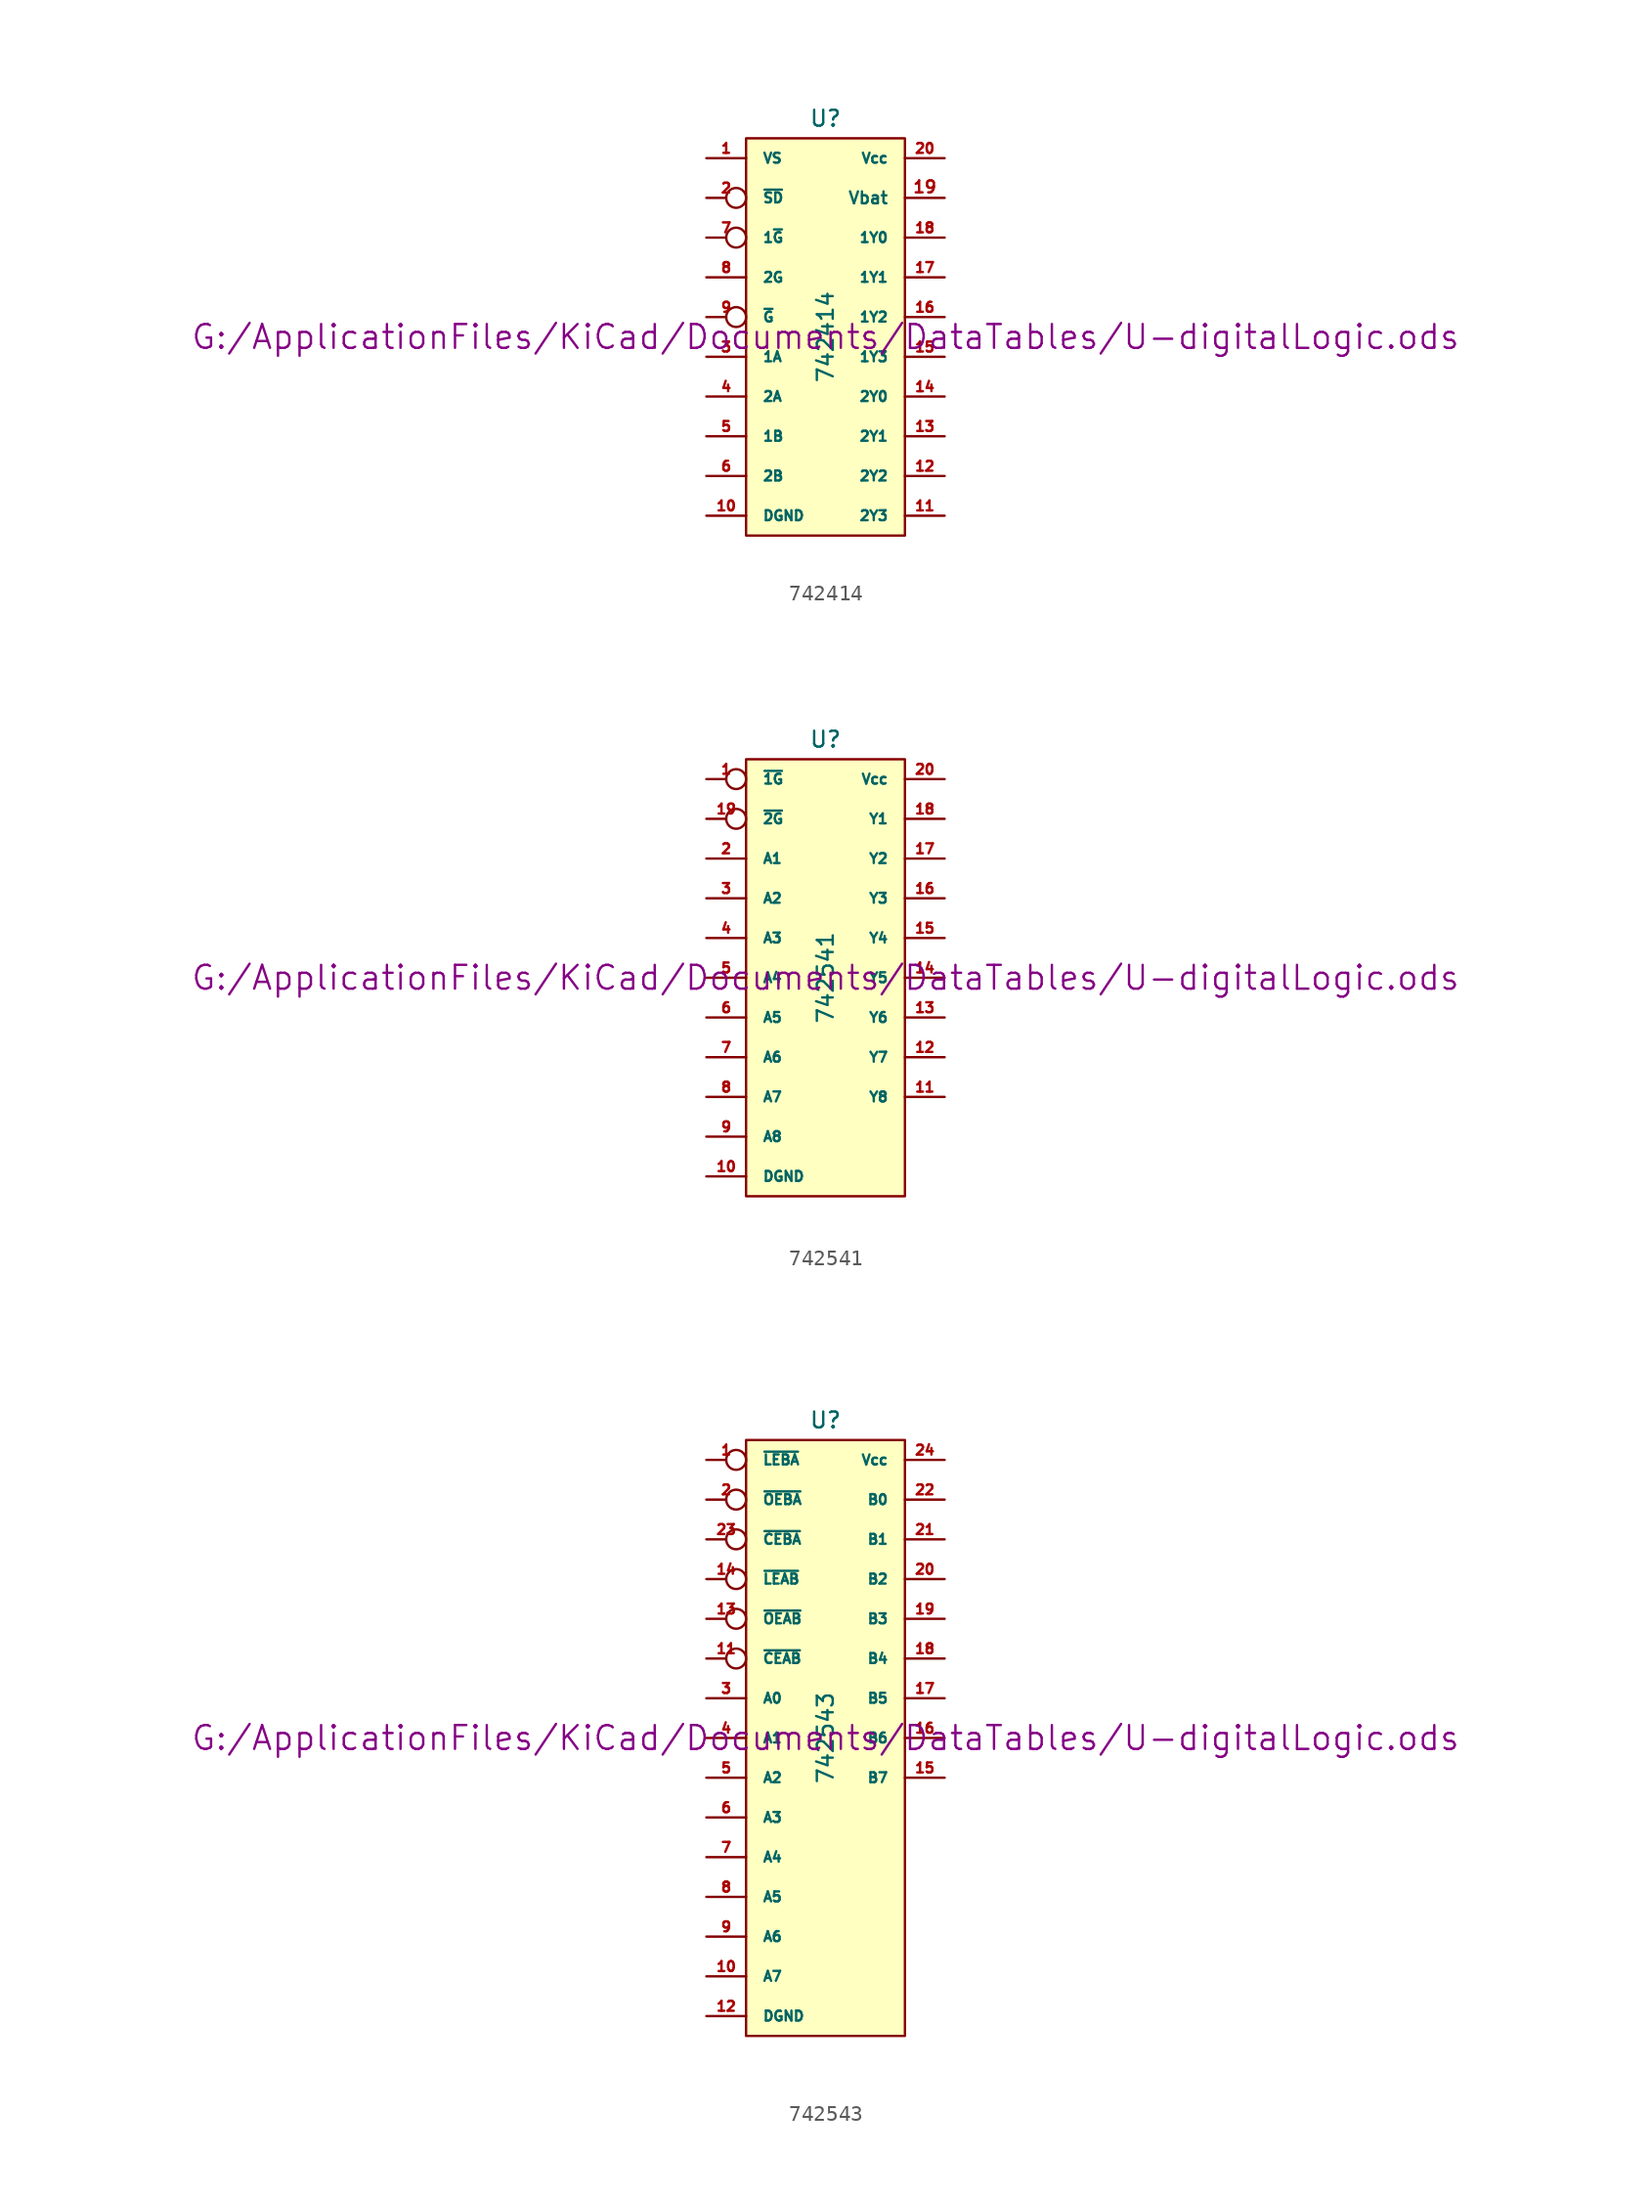
<source format=kicad_sym>
(kicad_symbol_lib
  (version 20211014)
  (generator kicad_symbol_editor)
  (symbol "742414"
    (pin_names
      (offset 1.016))
    (property "Reference" "U"
      (at 0 13.97 0)
      (effects (font (size 1.016 1.016))))
    (property "Value" "742414"
      (at 0 0 90)
      (effects (font (size 1.016 1.016))))
    (property "Footprint" ""
      (at 0 0 0)
      (effects (font (size 1.524 1.524))))
    (property "Datasheet" "G:/ApplicationFiles/KiCad/Documents/DataTables/U-digitalLogic.ods"
      (at 0 0 0)
      (effects (font (size 1.524 1.524))))
    (symbol "742414_0_0"
      (pin power_in line (at 7.62 8.89 180) (length 2.54) (name "Vbat" (effects (font (size 0.762 0.762)))) (number "19" (effects (font (size 0.762 0.762))))))
    (symbol "742414_0_1"
      (rectangle (start -5.08 12.7) (end 5.08 -12.7) (stroke (width 0) (type default) (color 0 0 0 0)) (fill (type background))))
    (symbol "742414_1_1"
      (pin input line (at -7.62 11.43 0) (length 2.54) (name "VS" (effects (font (size 0.635 0.635)))) (number "1" (effects (font (size 0.635 0.635)))))
      (pin power_in line (at -7.62 -11.43 0) (length 2.54) (name "DGND" (effects (font (size 0.635 0.635)))) (number "10" (effects (font (size 0.635 0.635)))))
      (pin output line (at 7.62 -11.43 180) (length 2.54) (name "2Y3" (effects (font (size 0.635 0.635)))) (number "11" (effects (font (size 0.635 0.635)))))
      (pin output line (at 7.62 -8.89 180) (length 2.54) (name "2Y2" (effects (font (size 0.635 0.635)))) (number "12" (effects (font (size 0.635 0.635)))))
      (pin output line (at 7.62 -6.35 180) (length 2.54) (name "2Y1" (effects (font (size 0.635 0.635)))) (number "13" (effects (font (size 0.635 0.635)))))
      (pin output line (at 7.62 -3.81 180) (length 2.54) (name "2Y0" (effects (font (size 0.635 0.635)))) (number "14" (effects (font (size 0.635 0.635)))))
      (pin output line (at 7.62 -1.27 180) (length 2.54) (name "1Y3" (effects (font (size 0.635 0.635)))) (number "15" (effects (font (size 0.635 0.635)))))
      (pin output line (at 7.62 1.27 180) (length 2.54) (name "1Y2" (effects (font (size 0.635 0.635)))) (number "16" (effects (font (size 0.635 0.635)))))
      (pin output line (at 7.62 3.81 180) (length 2.54) (name "1Y1" (effects (font (size 0.635 0.635)))) (number "17" (effects (font (size 0.635 0.635)))))
      (pin output line (at 7.62 6.35 180) (length 2.54) (name "1Y0" (effects (font (size 0.635 0.635)))) (number "18" (effects (font (size 0.635 0.635)))))
      (pin input inverted (at -7.62 8.89 0) (length 2.54) (name "~{SD}" (effects (font (size 0.635 0.635)))) (number "2" (effects (font (size 0.635 0.635)))))
      (pin power_in line (at 7.62 11.43 180) (length 2.54) (name "Vcc" (effects (font (size 0.635 0.635)))) (number "20" (effects (font (size 0.635 0.635)))))
      (pin input line (at -7.62 -1.27 0) (length 2.54) (name "1A" (effects (font (size 0.635 0.635)))) (number "3" (effects (font (size 0.635 0.635)))))
      (pin input line (at -7.62 -3.81 0) (length 2.54) (name "2A" (effects (font (size 0.635 0.635)))) (number "4" (effects (font (size 0.635 0.635)))))
      (pin input line (at -7.62 -6.35 0) (length 2.54) (name "1B" (effects (font (size 0.635 0.635)))) (number "5" (effects (font (size 0.635 0.635)))))
      (pin input line (at -7.62 -8.89 0) (length 2.54) (name "2B" (effects (font (size 0.635 0.635)))) (number "6" (effects (font (size 0.635 0.635)))))
      (pin input inverted (at -7.62 6.35 0) (length 2.54) (name "1~{G}" (effects (font (size 0.635 0.635)))) (number "7" (effects (font (size 0.635 0.635)))))
      (pin input line (at -7.62 3.81 0) (length 2.54) (name "2G" (effects (font (size 0.635 0.635)))) (number "8" (effects (font (size 0.635 0.635)))))
      (pin input inverted (at -7.62 1.27 0) (length 2.54) (name "~{G}" (effects (font (size 0.635 0.635)))) (number "9" (effects (font (size 0.635 0.635)))))))
  (symbol "742541"
    (pin_names
      (offset 1.016))
    (property "Reference" "U"
      (at 0 15.24 0)
      (effects (font (size 1.016 1.016))))
    (property "Value" "742541"
      (at 0 0 90)
      (effects (font (size 1.016 1.016))))
    (property "Footprint" ""
      (at 0 0 0)
      (effects (font (size 1.524 1.524))))
    (property "Datasheet" "G:/ApplicationFiles/KiCad/Documents/DataTables/U-digitalLogic.ods"
      (at 0 0 0)
      (effects (font (size 1.524 1.524))))
    (symbol "742541_0_1"
      (rectangle (start -5.08 13.97) (end 5.08 -13.97) (stroke (width 0) (type default) (color 0 0 0 0)) (fill (type background))))
    (symbol "742541_1_1"
      (pin input inverted (at -7.62 12.7 0) (length 2.54) (name "~{1G}" (effects (font (size 0.635 0.635)))) (number "1" (effects (font (size 0.635 0.635)))))
      (pin power_in line (at -7.62 -12.7 0) (length 2.54) (name "DGND" (effects (font (size 0.635 0.635)))) (number "10" (effects (font (size 0.635 0.635)))))
      (pin tri_state line (at 7.62 -7.62 180) (length 2.54) (name "Y8" (effects (font (size 0.635 0.635)))) (number "11" (effects (font (size 0.635 0.635)))))
      (pin tri_state line (at 7.62 -5.08 180) (length 2.54) (name "Y7" (effects (font (size 0.635 0.635)))) (number "12" (effects (font (size 0.635 0.635)))))
      (pin tri_state line (at 7.62 -2.54 180) (length 2.54) (name "Y6" (effects (font (size 0.635 0.635)))) (number "13" (effects (font (size 0.635 0.635)))))
      (pin tri_state line (at 7.62 0 180) (length 2.54) (name "Y5" (effects (font (size 0.635 0.635)))) (number "14" (effects (font (size 0.635 0.635)))))
      (pin tri_state line (at 7.62 2.54 180) (length 2.54) (name "Y4" (effects (font (size 0.635 0.635)))) (number "15" (effects (font (size 0.635 0.635)))))
      (pin tri_state line (at 7.62 5.08 180) (length 2.54) (name "Y3" (effects (font (size 0.635 0.635)))) (number "16" (effects (font (size 0.635 0.635)))))
      (pin tri_state line (at 7.62 7.62 180) (length 2.54) (name "Y2" (effects (font (size 0.635 0.635)))) (number "17" (effects (font (size 0.635 0.635)))))
      (pin tri_state line (at 7.62 10.16 180) (length 2.54) (name "Y1" (effects (font (size 0.635 0.635)))) (number "18" (effects (font (size 0.635 0.635)))))
      (pin input inverted (at -7.62 10.16 0) (length 2.54) (name "~{2G}" (effects (font (size 0.635 0.635)))) (number "19" (effects (font (size 0.635 0.635)))))
      (pin input line (at -7.62 7.62 0) (length 2.54) (name "A1" (effects (font (size 0.635 0.635)))) (number "2" (effects (font (size 0.635 0.635)))))
      (pin power_in line (at 7.62 12.7 180) (length 2.54) (name "Vcc" (effects (font (size 0.635 0.635)))) (number "20" (effects (font (size 0.635 0.635)))))
      (pin input line (at -7.62 5.08 0) (length 2.54) (name "A2" (effects (font (size 0.635 0.635)))) (number "3" (effects (font (size 0.635 0.635)))))
      (pin input line (at -7.62 2.54 0) (length 2.54) (name "A3" (effects (font (size 0.635 0.635)))) (number "4" (effects (font (size 0.635 0.635)))))
      (pin input line (at -7.62 0 0) (length 2.54) (name "A4" (effects (font (size 0.635 0.635)))) (number "5" (effects (font (size 0.635 0.635)))))
      (pin input line (at -7.62 -2.54 0) (length 2.54) (name "A5" (effects (font (size 0.635 0.635)))) (number "6" (effects (font (size 0.635 0.635)))))
      (pin input line (at -7.62 -5.08 0) (length 2.54) (name "A6" (effects (font (size 0.635 0.635)))) (number "7" (effects (font (size 0.635 0.635)))))
      (pin input line (at -7.62 -7.62 0) (length 2.54) (name "A7" (effects (font (size 0.635 0.635)))) (number "8" (effects (font (size 0.635 0.635)))))
      (pin input line (at -7.62 -10.16 0) (length 2.54) (name "A8" (effects (font (size 0.635 0.635)))) (number "9" (effects (font (size 0.635 0.635)))))))
  (symbol "742543"
    (pin_names
      (offset 1.016))
    (property "Reference" "U"
      (at 0 20.32 0)
      (effects (font (size 1.016 1.016))))
    (property "Value" "742543"
      (at 0 0 90)
      (effects (font (size 1.016 1.016))))
    (property "Footprint" ""
      (at 0 0 0)
      (effects (font (size 1.524 1.524))))
    (property "Datasheet" "G:/ApplicationFiles/KiCad/Documents/DataTables/U-digitalLogic.ods"
      (at 0 0 0)
      (effects (font (size 1.524 1.524))))
    (symbol "742543_0_1"
      (rectangle (start -5.08 19.05) (end 5.08 -19.05) (stroke (width 0) (type default) (color 0 0 0 0)) (fill (type background))))
    (symbol "742543_1_1"
      (pin input inverted (at -7.62 17.78 0) (length 2.54) (name "~{LEBA}" (effects (font (size 0.635 0.635)))) (number "1" (effects (font (size 0.635 0.635)))))
      (pin tri_state line (at -7.62 -15.24 0) (length 2.54) (name "A7" (effects (font (size 0.635 0.635)))) (number "10" (effects (font (size 0.635 0.635)))))
      (pin input inverted (at -7.62 5.08 0) (length 2.54) (name "~{CEAB}" (effects (font (size 0.635 0.635)))) (number "11" (effects (font (size 0.635 0.635)))))
      (pin power_in line (at -7.62 -17.78 0) (length 2.54) (name "DGND" (effects (font (size 0.635 0.635)))) (number "12" (effects (font (size 0.635 0.635)))))
      (pin input inverted (at -7.62 7.62 0) (length 2.54) (name "~{OEAB}" (effects (font (size 0.635 0.635)))) (number "13" (effects (font (size 0.635 0.635)))))
      (pin input inverted (at -7.62 10.16 0) (length 2.54) (name "~{LEAB}" (effects (font (size 0.635 0.635)))) (number "14" (effects (font (size 0.635 0.635)))))
      (pin output line (at 7.62 -2.54 180) (length 2.54) (name "B7" (effects (font (size 0.635 0.635)))) (number "15" (effects (font (size 0.635 0.635)))))
      (pin tri_state line (at 7.62 0 180) (length 2.54) (name "B6" (effects (font (size 0.635 0.635)))) (number "16" (effects (font (size 0.635 0.635)))))
      (pin tri_state line (at 7.62 2.54 180) (length 2.54) (name "B5" (effects (font (size 0.635 0.635)))) (number "17" (effects (font (size 0.635 0.635)))))
      (pin tri_state line (at 7.62 5.08 180) (length 2.54) (name "B4" (effects (font (size 0.635 0.635)))) (number "18" (effects (font (size 0.635 0.635)))))
      (pin tri_state line (at 7.62 7.62 180) (length 2.54) (name "B3" (effects (font (size 0.635 0.635)))) (number "19" (effects (font (size 0.635 0.635)))))
      (pin input inverted (at -7.62 15.24 0) (length 2.54) (name "~{OEBA}" (effects (font (size 0.635 0.635)))) (number "2" (effects (font (size 0.635 0.635)))))
      (pin tri_state line (at 7.62 10.16 180) (length 2.54) (name "B2" (effects (font (size 0.635 0.635)))) (number "20" (effects (font (size 0.635 0.635)))))
      (pin tri_state line (at 7.62 12.7 180) (length 2.54) (name "B1" (effects (font (size 0.635 0.635)))) (number "21" (effects (font (size 0.635 0.635)))))
      (pin tri_state line (at 7.62 15.24 180) (length 2.54) (name "B0" (effects (font (size 0.635 0.635)))) (number "22" (effects (font (size 0.635 0.635)))))
      (pin input inverted (at -7.62 12.7 0) (length 2.54) (name "~{CEBA}" (effects (font (size 0.635 0.635)))) (number "23" (effects (font (size 0.635 0.635)))))
      (pin power_in line (at 7.62 17.78 180) (length 2.54) (name "Vcc" (effects (font (size 0.635 0.635)))) (number "24" (effects (font (size 0.635 0.635)))))
      (pin tri_state line (at -7.62 2.54 0) (length 2.54) (name "A0" (effects (font (size 0.635 0.635)))) (number "3" (effects (font (size 0.635 0.635)))))
      (pin tri_state line (at -7.62 0 0) (length 2.54) (name "A1" (effects (font (size 0.635 0.635)))) (number "4" (effects (font (size 0.635 0.635)))))
      (pin tri_state line (at -7.62 -2.54 0) (length 2.54) (name "A2" (effects (font (size 0.635 0.635)))) (number "5" (effects (font (size 0.635 0.635)))))
      (pin tri_state line (at -7.62 -5.08 0) (length 2.54) (name "A3" (effects (font (size 0.635 0.635)))) (number "6" (effects (font (size 0.635 0.635)))))
      (pin tri_state line (at -7.62 -7.62 0) (length 2.54) (name "A4" (effects (font (size 0.635 0.635)))) (number "7" (effects (font (size 0.635 0.635)))))
      (pin tri_state line (at -7.62 -10.16 0) (length 2.54) (name "A5" (effects (font (size 0.635 0.635)))) (number "8" (effects (font (size 0.635 0.635)))))
      (pin tri_state line (at -7.62 -12.7 0) (length 2.54) (name "A6" (effects (font (size 0.635 0.635)))) (number "9" (effects (font (size 0.635 0.635))))))))
</source>
